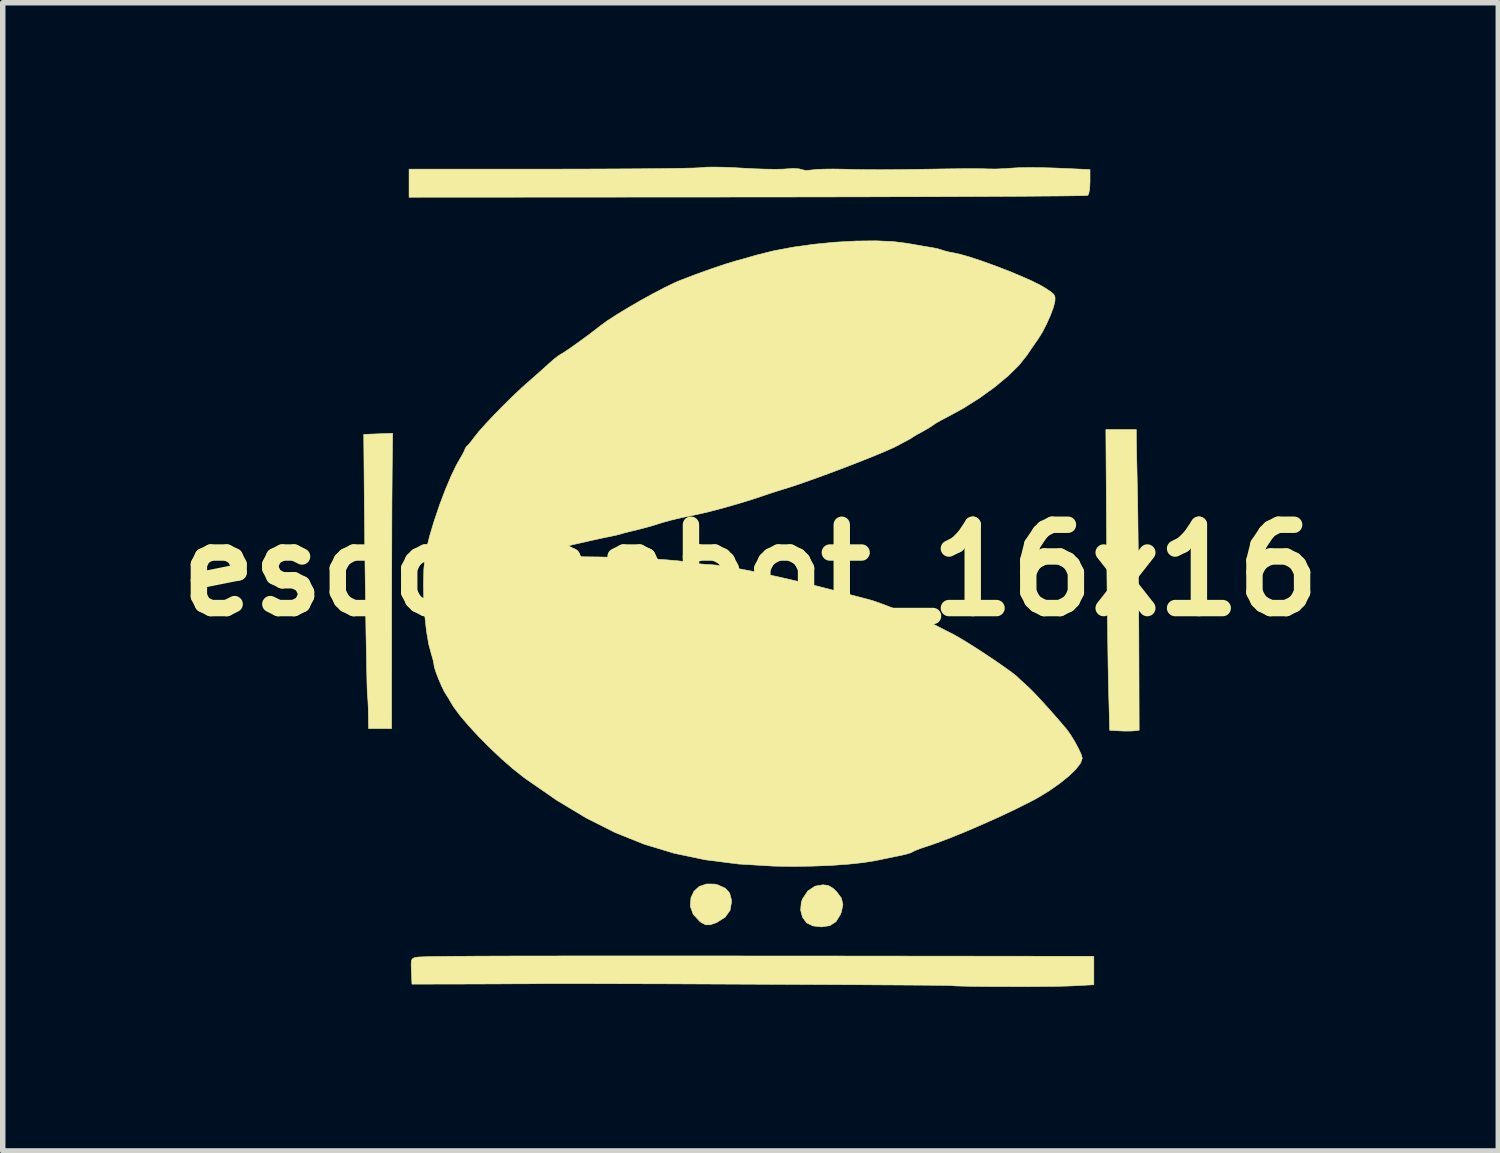
<source format=kicad_pcb>
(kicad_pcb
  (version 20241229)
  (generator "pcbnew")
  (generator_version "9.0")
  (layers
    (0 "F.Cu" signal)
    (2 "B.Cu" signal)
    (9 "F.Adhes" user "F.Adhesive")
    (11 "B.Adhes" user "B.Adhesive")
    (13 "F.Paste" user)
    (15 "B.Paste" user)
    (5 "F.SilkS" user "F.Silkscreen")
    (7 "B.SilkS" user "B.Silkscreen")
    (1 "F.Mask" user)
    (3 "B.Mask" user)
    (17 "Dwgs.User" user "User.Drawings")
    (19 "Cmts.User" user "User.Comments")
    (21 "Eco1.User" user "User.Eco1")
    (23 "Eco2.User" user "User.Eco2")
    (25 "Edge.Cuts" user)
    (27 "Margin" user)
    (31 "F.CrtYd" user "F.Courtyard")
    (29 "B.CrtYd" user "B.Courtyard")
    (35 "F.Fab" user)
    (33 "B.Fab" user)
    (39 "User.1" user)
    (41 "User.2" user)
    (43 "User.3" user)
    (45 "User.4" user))
  (footprint "escornabot_16x16"
    (layer "F.Cu")
    (at 10.675 7.381)
    (property "Reference" "escornabot_16x16" (at 0 0 0) (layer "F.SilkS") (effects (font (size 1.524 1.524) (thickness 0.3))))
    (attr through_hole)
    (fp_poly (pts (xy 1.424 5.763) (xy 1.508 5.813) (xy 1.575 5.876) (xy 1.662 5.994) (xy 1.69 6.111) (xy 1.662 6.248) (xy 1.644 6.294) (xy 1.564 6.424) (xy 1.45 6.498) (xy 1.296 6.52) (xy 1.141 6.502) (xy 1.029 6.448) (xy 0.952 6.346) (xy 0.917 6.214) (xy 0.929 6.07) (xy 0.951 6.009) (xy 1.049 5.862) (xy 1.181 5.775) (xy 1.326 5.75) (xy 1.424 5.763)) (stroke (width 0.01) (type solid)) (fill yes) (layer "F.SilkS"))
    (fp_poly (pts (xy -0.653 5.737) (xy -0.596 5.752) (xy -0.46 5.814) (xy -0.382 5.899) (xy -0.349 6.024) (xy -0.347 6.062) (xy -0.373 6.216) (xy -0.463 6.342) (xy -0.616 6.439) (xy -0.625 6.443) (xy -0.738 6.482) (xy -0.821 6.482) (xy -0.902 6.439) (xy -0.931 6.417) (xy -1.049 6.287) (xy -1.102 6.139) (xy -1.088 5.983) (xy -1.032 5.867) (xy -0.937 5.78) (xy -0.803 5.735) (xy -0.653 5.737)) (stroke (width 0.01) (type solid)) (fill yes) (layer "F.SilkS"))
    (fp_poly (pts (xy -6.553 -1.827) (xy -6.554 -1.66) (xy -6.556 -1.433) (xy -6.558 -1.153) (xy -6.559 -0.831) (xy -6.56 -0.477) (xy -6.561 -0.098) (xy -6.562 0.295) (xy -6.563 0.693) (xy -6.563 0.873) (xy -6.564 2.893) (xy -6.985 2.893) (xy -6.988 2.637) (xy -6.991 2.496) (xy -6.997 2.373) (xy -7.004 2.293) (xy -7.004 2.293) (xy -7.008 2.239) (xy -7.012 2.12) (xy -7.016 1.944) (xy -7.021 1.716) (xy -7.026 1.443) (xy -7.032 1.132) (xy -7.037 0.788) (xy -7.042 0.419) (xy -7.048 0.03) (xy -7.053 -0.372) (xy -7.057 -0.781) (xy -7.062 -1.19) (xy -7.065 -1.587) (xy -7.073 -2.487) (xy -6.809 -2.497) (xy -6.544 -2.507) (xy -6.553 -1.827)) (stroke (width 0.01) (type solid)) (fill yes) (layer "F.SilkS"))
    (fp_poly (pts (xy 7.056 -2.461) (xy 7.057 -2.394) (xy 7.059 -2.268) (xy 7.062 -2.094) (xy 7.067 -1.883) (xy 7.072 -1.647) (xy 7.076 -1.482) (xy 7.08 -1.265) (xy 7.084 -0.989) (xy 7.088 -0.667) (xy 7.092 -0.309) (xy 7.095 0.072) (xy 7.098 0.465) (xy 7.1 0.858) (xy 7.102 1.153) (xy 7.108 2.923) (xy 7.02 2.934) (xy 6.933 2.939) (xy 6.812 2.938) (xy 6.751 2.935) (xy 6.569 2.925) (xy 6.548 2.141) (xy 6.544 1.952) (xy 6.539 1.702) (xy 6.535 1.402) (xy 6.53 1.061) (xy 6.525 0.691) (xy 6.521 0.301) (xy 6.517 -0.098) (xy 6.514 -0.497) (xy 6.513 -0.609) (xy 6.499 -2.575) (xy 7.056 -2.575) (xy 7.056 -2.461)) (stroke (width 0.01) (type solid)) (fill yes) (layer "F.SilkS"))
    (fp_poly (pts (xy -0.501 -7.373) (xy -0.303 -7.365) (xy -0.159 -7.357) (xy 0.058 -7.345) (xy 0.267 -7.338) (xy 0.452 -7.335) (xy 0.593 -7.338) (xy 0.652 -7.342) (xy 0.791 -7.351) (xy 0.896 -7.342) (xy 0.929 -7.331) (xy 1.015 -7.313) (xy 1.124 -7.323) (xy 1.208 -7.332) (xy 1.345 -7.338) (xy 1.515 -7.34) (xy 1.7 -7.337) (xy 1.711 -7.337) (xy 1.88 -7.332) (xy 2.038 -7.329) (xy 2.195 -7.328) (xy 2.364 -7.327) (xy 2.555 -7.328) (xy 2.779 -7.33) (xy 3.048 -7.334) (xy 3.374 -7.339) (xy 3.475 -7.341) (xy 3.701 -7.344) (xy 3.916 -7.346) (xy 4.105 -7.346) (xy 4.254 -7.345) (xy 4.339 -7.342) (xy 4.48 -7.34) (xy 4.65 -7.347) (xy 4.785 -7.357) (xy 4.909 -7.364) (xy 5.085 -7.367) (xy 5.292 -7.366) (xy 5.512 -7.36) (xy 5.623 -7.356) (xy 6.209 -7.33) (xy 6.209 -7.107) (xy 6.203 -6.976) (xy 6.185 -6.887) (xy 6.168 -6.858) (xy 6.129 -6.855) (xy 6.023 -6.852) (xy 5.853 -6.85) (xy 5.624 -6.847) (xy 5.339 -6.845) (xy 5.001 -6.842) (xy 4.614 -6.84) (xy 4.182 -6.838) (xy 3.708 -6.836) (xy 3.195 -6.834) (xy 2.649 -6.833) (xy 2.071 -6.831) (xy 1.466 -6.83) (xy 0.837 -6.829) (xy 0.188 -6.828) (xy -0.059 -6.828) (xy -6.244 -6.824) (xy -6.244 -7.338) (xy -3.625 -7.338) (xy -3.198 -7.339) (xy -2.79 -7.34) (xy -2.405 -7.342) (xy -2.051 -7.344) (xy -1.733 -7.347) (xy -1.456 -7.35) (xy -1.226 -7.354) (xy -1.05 -7.358) (xy -0.933 -7.363) (xy -0.882 -7.367) (xy -0.806 -7.374) (xy -0.674 -7.376) (xy -0.501 -7.373)) (stroke (width 0.01) (type solid)) (fill yes) (layer "F.SilkS"))
    (fp_poly (pts (xy -1.426 7.051) (xy -0.751 7.051) (xy -0.017 7.052) (xy 0.778 7.052) (xy 1.637 7.053) (xy 2.562 7.054) (xy 3.555 7.055) (xy 3.625 7.055) (xy 6.279 7.058) (xy 6.279 7.578) (xy 5.883 7.599) (xy 5.767 7.603) (xy 5.606 7.607) (xy 5.407 7.609) (xy 5.183 7.611) (xy 4.943 7.612) (xy 4.698 7.611) (xy 4.458 7.611) (xy 4.233 7.609) (xy 4.034 7.607) (xy 3.871 7.603) (xy 3.755 7.6) (xy 3.695 7.595) (xy 3.69 7.594) (xy 3.654 7.592) (xy 3.553 7.59) (xy 3.393 7.588) (xy 3.179 7.586) (xy 2.916 7.584) (xy 2.611 7.582) (xy 2.269 7.58) (xy 1.895 7.577) (xy 1.495 7.575) (xy 1.074 7.573) (xy 0.639 7.571) (xy 0.194 7.569) (xy -0.254 7.567) (xy -0.701 7.565) (xy -1.14 7.563) (xy -1.567 7.561) (xy -1.975 7.56) (xy -2.359 7.559) (xy -2.714 7.558) (xy -3.033 7.557) (xy -3.312 7.557) (xy -3.544 7.557) (xy -3.725 7.557) (xy -3.828 7.558) (xy -4.058 7.56) (xy -4.338 7.561) (xy -4.645 7.563) (xy -4.958 7.564) (xy -5.255 7.565) (xy -5.327 7.565) (xy -6.191 7.567) (xy -6.202 7.332) (xy -6.206 7.207) (xy -6.201 7.135) (xy -6.18 7.099) (xy -6.138 7.081) (xy -6.113 7.076) (xy -6.089 7.073) (xy -6.044 7.07) (xy -5.977 7.067) (xy -5.886 7.064) (xy -5.768 7.062) (xy -5.621 7.06) (xy -5.442 7.058) (xy -5.23 7.057) (xy -4.982 7.055) (xy -4.695 7.054) (xy -4.368 7.053) (xy -3.998 7.052) (xy -3.583 7.052) (xy -3.121 7.051) (xy -2.609 7.051) (xy -2.045 7.051) (xy -1.426 7.051)) (stroke (width 0.01) (type solid)) (fill yes) (layer "F.SilkS"))
    (fp_poly (pts (xy 2.612 -6.013) (xy 2.857 -5.982) (xy 3.019 -5.954) (xy 3.168 -5.928) (xy 3.282 -5.909) (xy 3.316 -5.904) (xy 3.422 -5.883) (xy 3.508 -5.856) (xy 3.51 -5.855) (xy 3.594 -5.83) (xy 3.701 -5.809) (xy 3.704 -5.809) (xy 3.837 -5.78) (xy 4.019 -5.728) (xy 4.235 -5.656) (xy 4.47 -5.571) (xy 4.71 -5.479) (xy 4.938 -5.385) (xy 5.141 -5.295) (xy 5.304 -5.214) (xy 5.379 -5.17) (xy 5.487 -5.099) (xy 5.546 -5.049) (xy 5.569 -5.001) (xy 5.569 -4.939) (xy 5.565 -4.909) (xy 5.537 -4.801) (xy 5.482 -4.656) (xy 5.411 -4.498) (xy 5.334 -4.35) (xy 5.262 -4.235) (xy 5.261 -4.233) (xy 5.208 -4.158) (xy 5.133 -4.049) (xy 5.06 -3.94) (xy 4.913 -3.755) (xy 4.712 -3.557) (xy 4.467 -3.353) (xy 4.192 -3.154) (xy 3.898 -2.968) (xy 3.616 -2.814) (xy 3.499 -2.753) (xy 3.402 -2.699) (xy 3.351 -2.665) (xy 3.29 -2.623) (xy 3.194 -2.566) (xy 3.14 -2.536) (xy 3.046 -2.485) (xy 2.98 -2.445) (xy 2.963 -2.433) (xy 2.921 -2.406) (xy 2.857 -2.372) (xy 2.771 -2.327) (xy 2.716 -2.296) (xy 2.631 -2.252) (xy 2.489 -2.189) (xy 2.304 -2.111) (xy 2.085 -2.023) (xy 1.843 -1.928) (xy 1.591 -1.832) (xy 1.339 -1.738) (xy 1.098 -1.651) (xy 0.879 -1.574) (xy 0.693 -1.513) (xy 0.6 -1.484) (xy 0.466 -1.443) (xy 0.317 -1.394) (xy 0.265 -1.376) (xy 0.031 -1.298) (xy -0.23 -1.218) (xy -0.497 -1.142) (xy -0.75 -1.075) (xy -0.969 -1.024) (xy -1.076 -1.002) (xy -1.258 -0.965) (xy -1.45 -0.919) (xy -1.615 -0.873) (xy -1.64 -0.865) (xy -1.798 -0.816) (xy -1.963 -0.77) (xy -2.081 -0.74) (xy -2.207 -0.71) (xy -2.318 -0.682) (xy -2.364 -0.668) (xy -2.462 -0.642) (xy -2.575 -0.618) (xy -2.575 -0.618) (xy -2.652 -0.603) (xy -2.782 -0.575) (xy -2.951 -0.538) (xy -3.143 -0.494) (xy -3.254 -0.469) (xy -3.49 -0.412) (xy -3.661 -0.366) (xy -3.768 -0.329) (xy -3.808 -0.301) (xy -3.781 -0.28) (xy -3.687 -0.265) (xy -3.525 -0.255) (xy -3.293 -0.25) (xy -3.078 -0.249) (xy -2.758 -0.245) (xy -2.436 -0.238) (xy -2.122 -0.226) (xy -1.827 -0.212) (xy -1.562 -0.195) (xy -1.339 -0.176) (xy -1.169 -0.156) (xy -1.094 -0.143) (xy -0.953 -0.121) (xy -0.8 -0.108) (xy -0.765 -0.107) (xy -0.632 -0.097) (xy -0.439 -0.07) (xy -0.197 -0.028) (xy 0.086 0.028) (xy 0.401 0.095) (xy 0.738 0.171) (xy 1.089 0.255) (xy 1.445 0.345) (xy 1.57 0.378) (xy 1.752 0.426) (xy 1.921 0.47) (xy 2.059 0.506) (xy 2.149 0.529) (xy 2.156 0.531) (xy 2.251 0.559) (xy 2.384 0.606) (xy 2.529 0.661) (xy 2.55 0.669) (xy 2.68 0.719) (xy 2.787 0.757) (xy 2.853 0.775) (xy 2.861 0.776) (xy 2.917 0.791) (xy 3.016 0.828) (xy 3.135 0.88) (xy 3.255 0.937) (xy 3.29 0.955) (xy 3.349 0.986) (xy 3.418 1.022) (xy 3.512 1.07) (xy 3.65 1.14) (xy 3.697 1.163) (xy 3.807 1.225) (xy 3.954 1.313) (xy 4.125 1.421) (xy 4.305 1.538) (xy 4.482 1.657) (xy 4.643 1.769) (xy 4.775 1.864) (xy 4.865 1.935) (xy 4.885 1.953) (xy 4.961 2.025) (xy 5.055 2.111) (xy 5.082 2.135) (xy 5.152 2.203) (xy 5.254 2.31) (xy 5.378 2.445) (xy 5.51 2.592) (xy 5.638 2.738) (xy 5.75 2.869) (xy 5.794 2.923) (xy 5.86 3.016) (xy 5.931 3.133) (xy 5.997 3.255) (xy 6.046 3.361) (xy 6.067 3.431) (xy 6.068 3.436) (xy 6.037 3.524) (xy 5.952 3.635) (xy 5.821 3.762) (xy 5.652 3.898) (xy 5.455 4.036) (xy 5.238 4.167) (xy 5.133 4.223) (xy 4.856 4.362) (xy 4.552 4.506) (xy 4.234 4.648) (xy 3.921 4.783) (xy 3.627 4.902) (xy 3.369 4.998) (xy 3.228 5.046) (xy 3.105 5.087) (xy 3.012 5.123) (xy 2.965 5.147) (xy 2.963 5.149) (xy 2.922 5.168) (xy 2.833 5.194) (xy 2.752 5.212) (xy 2.615 5.24) (xy 2.446 5.275) (xy 2.293 5.307) (xy 2.07 5.343) (xy 1.792 5.373) (xy 1.473 5.396) (xy 1.128 5.409) (xy 0.773 5.414) (xy 0.423 5.409) (xy -0.223 5.37) (xy -0.826 5.293) (xy -1.395 5.174) (xy -1.942 5.009) (xy -2.475 4.795) (xy -3.006 4.527) (xy -3.545 4.203) (xy -4.101 3.818) (xy -4.148 3.784) (xy -4.343 3.63) (xy -4.552 3.447) (xy -4.764 3.248) (xy -4.968 3.042) (xy -5.154 2.841) (xy -5.312 2.655) (xy -5.43 2.496) (xy -5.475 2.421) (xy -5.524 2.337) (xy -5.562 2.279) (xy -5.564 2.275) (xy -5.602 2.212) (xy -5.652 2.109) (xy -5.704 1.987) (xy -5.75 1.869) (xy -5.779 1.778) (xy -5.786 1.743) (xy -5.797 1.669) (xy -5.825 1.566) (xy -5.835 1.536) (xy -5.885 1.348) (xy -5.926 1.108) (xy -5.956 0.834) (xy -5.975 0.543) (xy -5.981 0.253) (xy -5.974 -0.017) (xy -5.953 -0.25) (xy -5.933 -0.37) (xy -5.867 -0.631) (xy -5.782 -0.914) (xy -5.684 -1.202) (xy -5.579 -1.48) (xy -5.473 -1.73) (xy -5.373 -1.936) (xy -5.325 -2.02) (xy -5.268 -2.118) (xy -5.23 -2.193) (xy -5.221 -2.22) (xy -5.197 -2.262) (xy -5.194 -2.264) (xy -5.16 -2.297) (xy -5.1 -2.369) (xy -5.052 -2.434) (xy -4.966 -2.541) (xy -4.839 -2.683) (xy -4.685 -2.847) (xy -4.516 -3.019) (xy -4.344 -3.189) (xy -4.181 -3.342) (xy -4.086 -3.426) (xy -3.953 -3.543) (xy -3.812 -3.668) (xy -3.695 -3.774) (xy -3.694 -3.775) (xy -3.598 -3.859) (xy -3.517 -3.922) (xy -3.473 -3.951) (xy -3.422 -3.98) (xy -3.329 -4.042) (xy -3.208 -4.127) (xy -3.071 -4.226) (xy -2.934 -4.327) (xy -2.81 -4.422) (xy -2.742 -4.475) (xy -2.616 -4.567) (xy -2.441 -4.68) (xy -2.233 -4.806) (xy -2.009 -4.936) (xy -1.782 -5.061) (xy -1.569 -5.172) (xy -1.386 -5.261) (xy -1.288 -5.303) (xy -0.989 -5.417) (xy -0.706 -5.518) (xy -0.457 -5.602) (xy -0.265 -5.66) (xy -0.122 -5.699) (xy 0.037 -5.745) (xy 0.106 -5.765) (xy 0.423 -5.844) (xy 0.78 -5.911) (xy 1.16 -5.964) (xy 1.549 -6.002) (xy 1.931 -6.023) (xy 2.291 -6.027) (xy 2.612 -6.013)) (stroke (width 0.01) (type solid)) (fill yes) (layer "F.SilkS")))
  (gr_rect
    (start -3 -3)
    (end 24.351 17.998)
    (stroke (width 0.1) (type default))
    (fill no)
    (layer "Edge.Cuts")))
</source>
